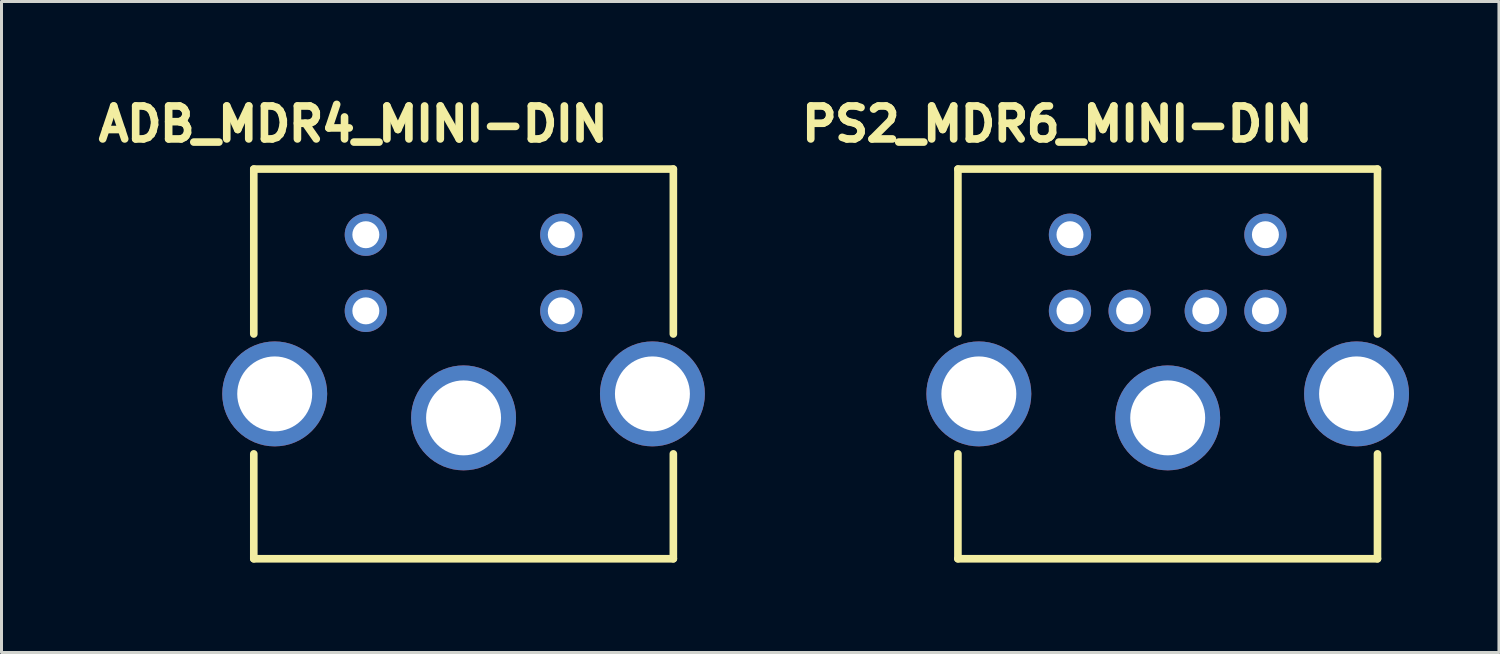
<source format=kicad_pcb>
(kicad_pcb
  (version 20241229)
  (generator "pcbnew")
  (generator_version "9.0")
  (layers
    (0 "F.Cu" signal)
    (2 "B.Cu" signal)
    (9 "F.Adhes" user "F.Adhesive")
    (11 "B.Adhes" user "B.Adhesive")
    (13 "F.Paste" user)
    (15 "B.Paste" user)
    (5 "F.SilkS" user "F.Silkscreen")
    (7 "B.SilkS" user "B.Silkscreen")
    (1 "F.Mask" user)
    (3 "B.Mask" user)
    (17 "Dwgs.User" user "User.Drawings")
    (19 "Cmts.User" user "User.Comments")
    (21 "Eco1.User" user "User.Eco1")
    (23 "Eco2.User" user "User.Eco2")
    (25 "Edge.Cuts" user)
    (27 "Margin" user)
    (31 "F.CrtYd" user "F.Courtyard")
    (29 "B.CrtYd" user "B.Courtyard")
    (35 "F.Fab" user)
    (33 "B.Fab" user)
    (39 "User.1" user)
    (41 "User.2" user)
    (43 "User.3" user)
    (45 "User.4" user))
  (footprint "PS2_MDR6_MINI-DIN"
    (layer "F.Cu")
    (at 35.903 9.09)
    (property "Reference" "PS2_MDR6_MINI-DIN" (at -3.683 -8.001 0) (layer "F.SilkS") (effects (font (size 1.1 1.1) (thickness 0.254))))
    (attr smd)
    (fp_line (start -6.998 -6.5) (end 6.998 -6.5) (stroke (width 0.254) (type solid)) (layer "F.SilkS"))
    (fp_line (start -6.998 -0.998) (end -6.998 -6.5) (stroke (width 0.254) (type solid)) (layer "F.SilkS"))
    (fp_line (start -6.998 6.5) (end -6.998 3) (stroke (width 0.254) (type solid)) (layer "F.SilkS"))
    (fp_line (start 6.998 -6.5) (end 6.998 -0.998) (stroke (width 0.254) (type solid)) (layer "F.SilkS"))
    (fp_line (start 6.998 3) (end 6.998 6.5) (stroke (width 0.254) (type solid)) (layer "F.SilkS"))
    (fp_line (start 6.998 6.5) (end -6.998 6.5) (stroke (width 0.254) (type solid)) (layer "F.SilkS"))
    (pad "1" thru_hole circle (at 1.27 -1.77) (size 1.41 1.41) (drill 0.9) (layers "*.Cu" "*.Mask"))
    (pad "2" thru_hole circle (at -1.27 -1.77) (size 1.41 1.41) (drill 0.9) (layers "*.Cu" "*.Mask"))
    (pad "3" thru_hole circle (at 3.26 -1.77) (size 1.41 1.41) (drill 0.9) (layers "*.Cu" "*.Mask"))
    (pad "4" thru_hole circle (at -3.26 -1.77) (size 1.41 1.41) (drill 0.9) (layers "*.Cu" "*.Mask"))
    (pad "5" thru_hole circle (at 3.26 -4.31) (size 1.41 1.41) (drill 0.9) (layers "*.Cu" "*.Mask"))
    (pad "6" thru_hole circle (at -3.26 -4.31) (size 1.41 1.41) (drill 0.9) (layers "*.Cu" "*.Mask"))
    (pad "9" thru_hole circle (at -6.3 1) (size 3.5 3.5) (drill 2.5) (layers "*.Cu" "*.Mask"))
    (pad "9" thru_hole circle (at 0 1.8) (size 3.5 3.5) (drill 2.5) (layers "*.Cu" "*.Mask"))
    (pad "9" thru_hole circle (at 6.3 1) (size 3.5 3.5) (drill 2.5) (layers "*.Cu" "*.Mask")))
  (footprint "ADB_MDR4_MINI-DIN"
    (layer "F.Cu")
    (at 12.414 9.09)
    (property "Reference" "ADB_MDR4_MINI-DIN" (at -3.683 -8.001 0) (layer "F.SilkS") (effects (font (size 1.1 1.1) (thickness 0.254))))
    (attr smd)
    (fp_line (start -6.998 -6.5) (end 6.998 -6.5) (stroke (width 0.254) (type solid)) (layer "F.SilkS"))
    (fp_line (start -6.998 -0.998) (end -6.998 -6.5) (stroke (width 0.254) (type solid)) (layer "F.SilkS"))
    (fp_line (start -6.998 6.5) (end -6.998 3) (stroke (width 0.254) (type solid)) (layer "F.SilkS"))
    (fp_line (start 6.998 -6.5) (end 6.998 -0.998) (stroke (width 0.254) (type solid)) (layer "F.SilkS"))
    (fp_line (start 6.998 3) (end 6.998 6.5) (stroke (width 0.254) (type solid)) (layer "F.SilkS"))
    (fp_line (start 6.998 6.5) (end -6.998 6.5) (stroke (width 0.254) (type solid)) (layer "F.SilkS"))
    (pad "1" thru_hole circle (at -3.26 -1.77) (size 1.41 1.41) (drill 0.9) (layers "*.Cu" "*.Mask"))
    (pad "2" thru_hole circle (at 3.26 -1.77) (size 1.41 1.41) (drill 0.9) (layers "*.Cu" "*.Mask"))
    (pad "3" thru_hole circle (at -3.26 -4.31) (size 1.41 1.41) (drill 0.9) (layers "*.Cu" "*.Mask"))
    (pad "4" thru_hole circle (at 3.26 -4.31) (size 1.41 1.41) (drill 0.9) (layers "*.Cu" "*.Mask"))
    (pad "9" thru_hole circle (at -6.3 1) (size 3.5 3.5) (drill 2.5) (layers "*.Cu" "*.Mask"))
    (pad "9" thru_hole circle (at 0 1.8) (size 3.5 3.5) (drill 2.5) (layers "*.Cu" "*.Mask"))
    (pad "9" thru_hole circle (at 6.3 1) (size 3.5 3.5) (drill 2.5) (layers "*.Cu" "*.Mask")))
  (gr_rect
    (start -3 -3)
    (end 46.953 18.717)
    (stroke (width 0.1) (type default))
    (fill no)
    (layer "Edge.Cuts")))
</source>
